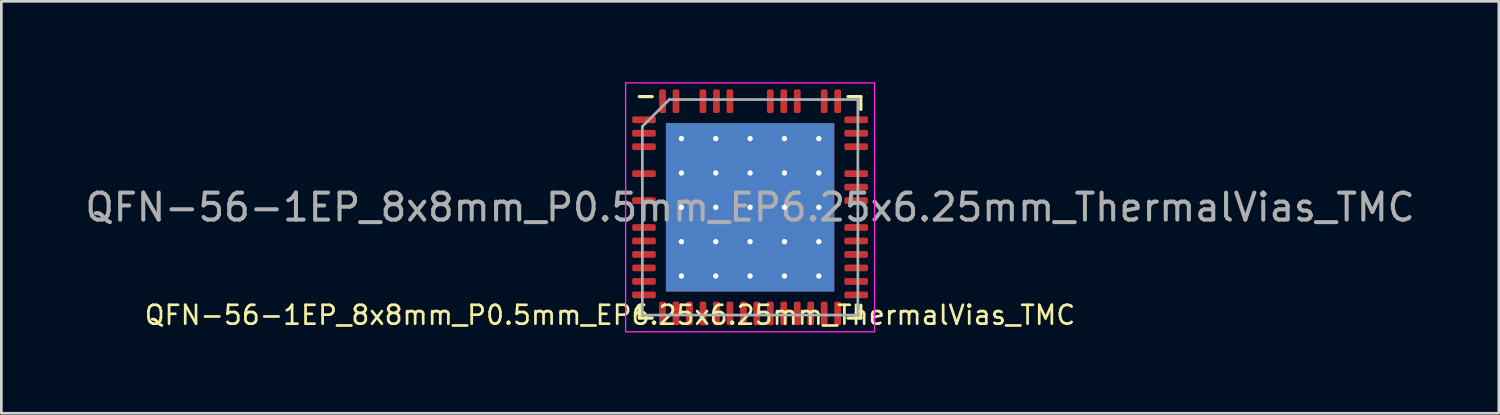
<source format=kicad_pcb>
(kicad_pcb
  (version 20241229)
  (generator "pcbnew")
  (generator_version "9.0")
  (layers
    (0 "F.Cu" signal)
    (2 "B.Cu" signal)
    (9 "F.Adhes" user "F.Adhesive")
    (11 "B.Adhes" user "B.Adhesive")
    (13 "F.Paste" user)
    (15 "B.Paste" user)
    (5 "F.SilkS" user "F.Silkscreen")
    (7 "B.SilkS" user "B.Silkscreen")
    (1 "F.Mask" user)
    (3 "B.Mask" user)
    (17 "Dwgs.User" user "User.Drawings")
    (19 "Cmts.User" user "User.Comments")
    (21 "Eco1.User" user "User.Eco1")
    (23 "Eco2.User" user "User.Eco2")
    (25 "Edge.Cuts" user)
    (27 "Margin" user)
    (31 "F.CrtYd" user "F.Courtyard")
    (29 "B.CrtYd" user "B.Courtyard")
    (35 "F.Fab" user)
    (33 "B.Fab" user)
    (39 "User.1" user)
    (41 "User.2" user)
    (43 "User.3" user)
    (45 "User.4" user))
  (footprint "QFN-56-1EP_8x8mm_P0.5mm_EP6.25x6.25mm_ThermalVias_TMC"
    (layer "F.Cu")
    (at 24.792 4.645)
    (property "Reference" "QFN-56-1EP_8x8mm_P0.5mm_EP6.25x6.25mm_ThermalVias_TMC" (at -5.2 4 0) (unlocked yes) (layer "F.SilkS") (effects (font (size 0.7 0.7) (thickness 0.1))))
    (attr smd)
    (fp_line (start -4.11 4.11) (end -4.11 3.635) (stroke (width 0.12) (type solid)) (layer "F.SilkS"))
    (fp_line (start -3.635 -4.11) (end -4.11 -4.11) (stroke (width 0.12) (type solid)) (layer "F.SilkS"))
    (fp_line (start -3.635 4.11) (end -4.11 4.11) (stroke (width 0.12) (type solid)) (layer "F.SilkS"))
    (fp_line (start 3.635 -4.11) (end 4.11 -4.11) (stroke (width 0.12) (type solid)) (layer "F.SilkS"))
    (fp_line (start 3.635 4.11) (end 4.11 4.11) (stroke (width 0.12) (type solid)) (layer "F.SilkS"))
    (fp_line (start 4.11 -4.11) (end 4.11 -3.635) (stroke (width 0.12) (type solid)) (layer "F.SilkS"))
    (fp_line (start 4.11 4.11) (end 4.11 3.635) (stroke (width 0.12) (type solid)) (layer "F.SilkS"))
    (fp_line (start -4.62 -4.62) (end -4.62 4.62) (stroke (width 0.05) (type solid)) (layer "F.CrtYd"))
    (fp_line (start -4.62 4.62) (end 4.62 4.62) (stroke (width 0.05) (type solid)) (layer "F.CrtYd"))
    (fp_line (start 4.62 -4.62) (end -4.62 -4.62) (stroke (width 0.05) (type solid)) (layer "F.CrtYd"))
    (fp_line (start 4.62 4.62) (end 4.62 -4.62) (stroke (width 0.05) (type solid)) (layer "F.CrtYd"))
    (fp_line (start -4 -3) (end -3 -4) (stroke (width 0.1) (type solid)) (layer "F.Fab"))
    (fp_line (start -4 4) (end -4 -3) (stroke (width 0.1) (type solid)) (layer "F.Fab"))
    (fp_line (start -3 -4) (end 4 -4) (stroke (width 0.1) (type solid)) (layer "F.Fab"))
    (fp_line (start 4 -4) (end 4 4) (stroke (width 0.1) (type solid)) (layer "F.Fab"))
    (fp_line (start 4 4) (end -4 4) (stroke (width 0.1) (type solid)) (layer "F.Fab"))
    (fp_text user "${REFERENCE}" (at 0 0 0) (unlocked yes) (layer "F.Fab") (effects (font (size 1 1) (thickness 0.15))))
    (pad "" smd roundrect (at -1.913 -1.913) (size 1.084 1.084) (layers "F.Mask" "F.Paste") (roundrect_rratio 0.231))
    (pad "" smd roundrect (at -1.913 -0.637) (size 1.084 1.084) (layers "F.Mask" "F.Paste") (roundrect_rratio 0.231))
    (pad "" smd roundrect (at -1.913 0.637) (size 1.084 1.084) (layers "F.Mask" "F.Paste") (roundrect_rratio 0.231))
    (pad "" smd roundrect (at -1.913 1.913) (size 1.084 1.084) (layers "F.Mask" "F.Paste") (roundrect_rratio 0.231))
    (pad "" smd roundrect (at -0.637 -1.913) (size 1.084 1.084) (layers "F.Mask" "F.Paste") (roundrect_rratio 0.231))
    (pad "" smd roundrect (at -0.637 -0.637) (size 1.084 1.084) (layers "F.Mask" "F.Paste") (roundrect_rratio 0.231))
    (pad "" smd roundrect (at -0.637 0.637) (size 1.084 1.084) (layers "F.Mask" "F.Paste") (roundrect_rratio 0.231))
    (pad "" smd roundrect (at -0.637 1.913) (size 1.084 1.084) (layers "F.Mask" "F.Paste") (roundrect_rratio 0.231))
    (pad "" smd roundrect (at 0.637 -1.913) (size 1.084 1.084) (layers "F.Mask" "F.Paste") (roundrect_rratio 0.231))
    (pad "" smd roundrect (at 0.637 -0.637) (size 1.084 1.084) (layers "F.Mask" "F.Paste") (roundrect_rratio 0.231))
    (pad "" smd roundrect (at 0.637 0.637) (size 1.084 1.084) (layers "F.Mask" "F.Paste") (roundrect_rratio 0.231))
    (pad "" smd roundrect (at 0.637 1.913) (size 1.084 1.084) (layers "F.Mask" "F.Paste") (roundrect_rratio 0.231))
    (pad "" smd roundrect (at 1.913 -1.913) (size 1.084 1.084) (layers "F.Mask" "F.Paste") (roundrect_rratio 0.231))
    (pad "" smd roundrect (at 1.913 -0.637) (size 1.084 1.084) (layers "F.Mask" "F.Paste") (roundrect_rratio 0.231))
    (pad "" smd roundrect (at 1.913 0.637) (size 1.084 1.084) (layers "F.Mask" "F.Paste") (roundrect_rratio 0.231))
    (pad "" smd roundrect (at 1.913 1.913) (size 1.084 1.084) (layers "F.Mask" "F.Paste") (roundrect_rratio 0.231))
    (pad "1" smd roundrect (at -3.938 -3.25) (size 0.875 0.25) (layers "F.Cu" "F.Mask" "F.Paste") (roundrect_rratio 0.25))
    (pad "2" smd roundrect (at -3.938 -2.75) (size 0.875 0.25) (layers "F.Cu" "F.Mask" "F.Paste") (roundrect_rratio 0.25))
    (pad "3" smd roundrect (at -3.938 -2.25) (size 0.875 0.25) (layers "F.Cu" "F.Mask" "F.Paste") (roundrect_rratio 0.25))
    (pad "4" smd roundrect (at -3.938 -1.25) (size 0.875 0.25) (layers "F.Cu" "F.Mask" "F.Paste") (roundrect_rratio 0.25))
    (pad "5" smd roundrect (at -3.938 -0.25) (size 0.875 0.25) (layers "F.Cu" "F.Mask" "F.Paste") (roundrect_rratio 0.25))
    (pad "6" smd roundrect (at -3.938 0.75) (size 0.875 0.25) (layers "F.Cu" "F.Mask" "F.Paste") (roundrect_rratio 0.25))
    (pad "7" smd roundrect (at -3.938 1.25) (size 0.875 0.25) (layers "F.Cu" "F.Mask" "F.Paste") (roundrect_rratio 0.25))
    (pad "8" smd roundrect (at -3.938 1.75) (size 0.875 0.25) (layers "F.Cu" "F.Mask" "F.Paste") (roundrect_rratio 0.25))
    (pad "9" smd roundrect (at -3.938 2.25) (size 0.875 0.25) (layers "F.Cu" "F.Mask" "F.Paste") (roundrect_rratio 0.25))
    (pad "10" smd roundrect (at -3.938 2.75) (size 0.875 0.25) (layers "F.Cu" "F.Mask" "F.Paste") (roundrect_rratio 0.25))
    (pad "11" smd roundrect (at -3.938 3.25) (size 0.875 0.25) (layers "F.Cu" "F.Mask" "F.Paste") (roundrect_rratio 0.25))
    (pad "12" smd roundrect (at -3.25 3.938) (size 0.25 0.875) (layers "F.Cu" "F.Mask" "F.Paste") (roundrect_rratio 0.25))
    (pad "13" smd roundrect (at -2.75 3.938) (size 0.25 0.875) (layers "F.Cu" "F.Mask" "F.Paste") (roundrect_rratio 0.25))
    (pad "14" smd roundrect (at -2.25 3.938) (size 0.25 0.875) (layers "F.Cu" "F.Mask" "F.Paste") (roundrect_rratio 0.25))
    (pad "15" smd roundrect (at -1.75 3.938) (size 0.25 0.875) (layers "F.Cu" "F.Mask" "F.Paste") (roundrect_rratio 0.25))
    (pad "16" smd roundrect (at -1.25 3.938) (size 0.25 0.875) (layers "F.Cu" "F.Mask" "F.Paste") (roundrect_rratio 0.25))
    (pad "17" smd roundrect (at -0.75 3.938) (size 0.25 0.875) (layers "F.Cu" "F.Mask" "F.Paste") (roundrect_rratio 0.25))
    (pad "18" smd roundrect (at -0.25 3.938) (size 0.25 0.875) (layers "F.Cu" "F.Mask" "F.Paste") (roundrect_rratio 0.25))
    (pad "19" smd roundrect (at 0.25 3.938) (size 0.25 0.875) (layers "F.Cu" "F.Mask" "F.Paste") (roundrect_rratio 0.25))
    (pad "20" smd roundrect (at 0.75 3.938) (size 0.25 0.875) (layers "F.Cu" "F.Mask" "F.Paste") (roundrect_rratio 0.25))
    (pad "21" smd roundrect (at 1.25 3.938) (size 0.25 0.875) (layers "F.Cu" "F.Mask" "F.Paste") (roundrect_rratio 0.25))
    (pad "22" smd roundrect (at 1.75 3.938) (size 0.25 0.875) (layers "F.Cu" "F.Mask" "F.Paste") (roundrect_rratio 0.25))
    (pad "23" smd roundrect (at 2.25 3.938) (size 0.25 0.875) (layers "F.Cu" "F.Mask" "F.Paste") (roundrect_rratio 0.25))
    (pad "24" smd roundrect (at 2.75 3.938) (size 0.25 0.875) (layers "F.Cu" "F.Mask" "F.Paste") (roundrect_rratio 0.25))
    (pad "25" smd roundrect (at 3.25 3.938) (size 0.25 0.875) (layers "F.Cu" "F.Mask" "F.Paste") (roundrect_rratio 0.25))
    (pad "26" smd roundrect (at 3.938 3.25) (size 0.875 0.25) (layers "F.Cu" "F.Mask" "F.Paste") (roundrect_rratio 0.25))
    (pad "27" smd roundrect (at 3.938 2.75) (size 0.875 0.25) (layers "F.Cu" "F.Mask" "F.Paste") (roundrect_rratio 0.25))
    (pad "28" smd roundrect (at 3.938 2.25) (size 0.875 0.25) (layers "F.Cu" "F.Mask" "F.Paste") (roundrect_rratio 0.25))
    (pad "29" smd roundrect (at 3.938 1.75) (size 0.875 0.25) (layers "F.Cu" "F.Mask" "F.Paste") (roundrect_rratio 0.25))
    (pad "30" smd roundrect (at 3.938 1.25) (size 0.875 0.25) (layers "F.Cu" "F.Mask" "F.Paste") (roundrect_rratio 0.25))
    (pad "31" smd roundrect (at 3.938 0.75) (size 0.875 0.25) (layers "F.Cu" "F.Mask" "F.Paste") (roundrect_rratio 0.25))
    (pad "32" smd roundrect (at 3.938 -0.25) (size 0.875 0.25) (layers "F.Cu" "F.Mask" "F.Paste") (roundrect_rratio 0.25))
    (pad "33" smd roundrect (at 3.938 -0.75) (size 0.875 0.25) (layers "F.Cu" "F.Mask" "F.Paste") (roundrect_rratio 0.25))
    (pad "34" smd roundrect (at 3.938 -1.25) (size 0.875 0.25) (layers "F.Cu" "F.Mask" "F.Paste") (roundrect_rratio 0.25))
    (pad "35" smd roundrect (at 3.938 -2.25) (size 0.875 0.25) (layers "F.Cu" "F.Mask" "F.Paste") (roundrect_rratio 0.25))
    (pad "36" smd roundrect (at 3.938 -2.75) (size 0.875 0.25) (layers "F.Cu" "F.Mask" "F.Paste") (roundrect_rratio 0.25))
    (pad "37" smd roundrect (at 3.938 -3.25) (size 0.875 0.25) (layers "F.Cu" "F.Mask" "F.Paste") (roundrect_rratio 0.25))
    (pad "38" smd roundrect (at 3.25 -3.938) (size 0.25 0.875) (layers "F.Cu" "F.Mask" "F.Paste") (roundrect_rratio 0.25))
    (pad "39" smd roundrect (at 2.75 -3.938) (size 0.25 0.875) (layers "F.Cu" "F.Mask" "F.Paste") (roundrect_rratio 0.25))
    (pad "40" smd roundrect (at 1.75 -3.938) (size 0.25 0.875) (layers "F.Cu" "F.Mask" "F.Paste") (roundrect_rratio 0.25))
    (pad "41" smd roundrect (at 1.25 -3.938) (size 0.25 0.875) (layers "F.Cu" "F.Mask" "F.Paste") (roundrect_rratio 0.25))
    (pad "42" smd roundrect (at 0.75 -3.938) (size 0.25 0.875) (layers "F.Cu" "F.Mask" "F.Paste") (roundrect_rratio 0.25))
    (pad "43" smd roundrect (at -0.75 -3.938) (size 0.25 0.875) (layers "F.Cu" "F.Mask" "F.Paste") (roundrect_rratio 0.25))
    (pad "44" smd roundrect (at -1.25 -3.938) (size 0.25 0.875) (layers "F.Cu" "F.Mask" "F.Paste") (roundrect_rratio 0.25))
    (pad "45" smd roundrect (at -1.75 -3.938) (size 0.25 0.875) (layers "F.Cu" "F.Mask" "F.Paste") (roundrect_rratio 0.25))
    (pad "46" smd roundrect (at -2.75 -3.938) (size 0.25 0.875) (layers "F.Cu" "F.Mask" "F.Paste") (roundrect_rratio 0.25))
    (pad "47" smd roundrect (at -3.25 -3.938) (size 0.25 0.875) (layers "F.Cu" "F.Mask" "F.Paste") (roundrect_rratio 0.25))
    (pad "48" thru_hole circle (at -2.55 -2.55) (size 0.5 0.5) (drill 0.2) (layers "*.Cu"))
    (pad "48" thru_hole circle (at -2.55 -1.275) (size 0.5 0.5) (drill 0.2) (layers "*.Cu"))
    (pad "48" thru_hole circle (at -2.55 0) (size 0.5 0.5) (drill 0.2) (layers "*.Cu"))
    (pad "48" thru_hole circle (at -2.55 1.275) (size 0.5 0.5) (drill 0.2) (layers "*.Cu"))
    (pad "48" thru_hole circle (at -2.55 2.55) (size 0.5 0.5) (drill 0.2) (layers "*.Cu"))
    (pad "48" thru_hole circle (at -1.275 -2.55) (size 0.5 0.5) (drill 0.2) (layers "*.Cu"))
    (pad "48" thru_hole circle (at -1.275 -1.275) (size 0.5 0.5) (drill 0.2) (layers "*.Cu"))
    (pad "48" thru_hole circle (at -1.275 0) (size 0.5 0.5) (drill 0.2) (layers "*.Cu"))
    (pad "48" thru_hole circle (at -1.275 1.275) (size 0.5 0.5) (drill 0.2) (layers "*.Cu"))
    (pad "48" thru_hole circle (at -1.275 2.55) (size 0.5 0.5) (drill 0.2) (layers "*.Cu"))
    (pad "48" thru_hole circle (at 0 -2.55) (size 0.5 0.5) (drill 0.2) (layers "*.Cu"))
    (pad "48" thru_hole circle (at 0 -1.275) (size 0.5 0.5) (drill 0.2) (layers "*.Cu"))
    (pad "48" thru_hole circle (at 0 0) (size 0.5 0.5) (drill 0.2) (layers "*.Cu"))
    (pad "48" smd rect (at 0 0) (size 6.25 6.25) (layers "F.Cu" "F.Mask"))
    (pad "48" smd rect (at 0 0) (size 6.25 6.25) (layers "B.Cu" "B.Mask"))
    (pad "48" thru_hole circle (at 0 1.275) (size 0.5 0.5) (drill 0.2) (layers "*.Cu"))
    (pad "48" thru_hole circle (at 0 2.55) (size 0.5 0.5) (drill 0.2) (layers "*.Cu"))
    (pad "48" thru_hole circle (at 1.275 -2.55) (size 0.5 0.5) (drill 0.2) (layers "*.Cu"))
    (pad "48" thru_hole circle (at 1.275 -1.275) (size 0.5 0.5) (drill 0.2) (layers "*.Cu"))
    (pad "48" thru_hole circle (at 1.275 0) (size 0.5 0.5) (drill 0.2) (layers "*.Cu"))
    (pad "48" thru_hole circle (at 1.275 1.275) (size 0.5 0.5) (drill 0.2) (layers "*.Cu"))
    (pad "48" thru_hole circle (at 1.275 2.55) (size 0.5 0.5) (drill 0.2) (layers "*.Cu"))
    (pad "48" thru_hole circle (at 2.55 -2.55) (size 0.5 0.5) (drill 0.2) (layers "*.Cu"))
    (pad "48" thru_hole circle (at 2.55 -1.275) (size 0.5 0.5) (drill 0.2) (layers "*.Cu"))
    (pad "48" thru_hole circle (at 2.55 0) (size 0.5 0.5) (drill 0.2) (layers "*.Cu"))
    (pad "48" thru_hole circle (at 2.55 1.275) (size 0.5 0.5) (drill 0.2) (layers "*.Cu"))
    (pad "48" thru_hole circle (at 2.55 2.55) (size 0.5 0.5) (drill 0.2) (layers "*.Cu")))
  (gr_rect
    (start -3 -3)
    (end 52.583 12.29)
    (stroke (width 0.1) (type default))
    (fill no)
    (layer "Edge.Cuts")))
</source>
